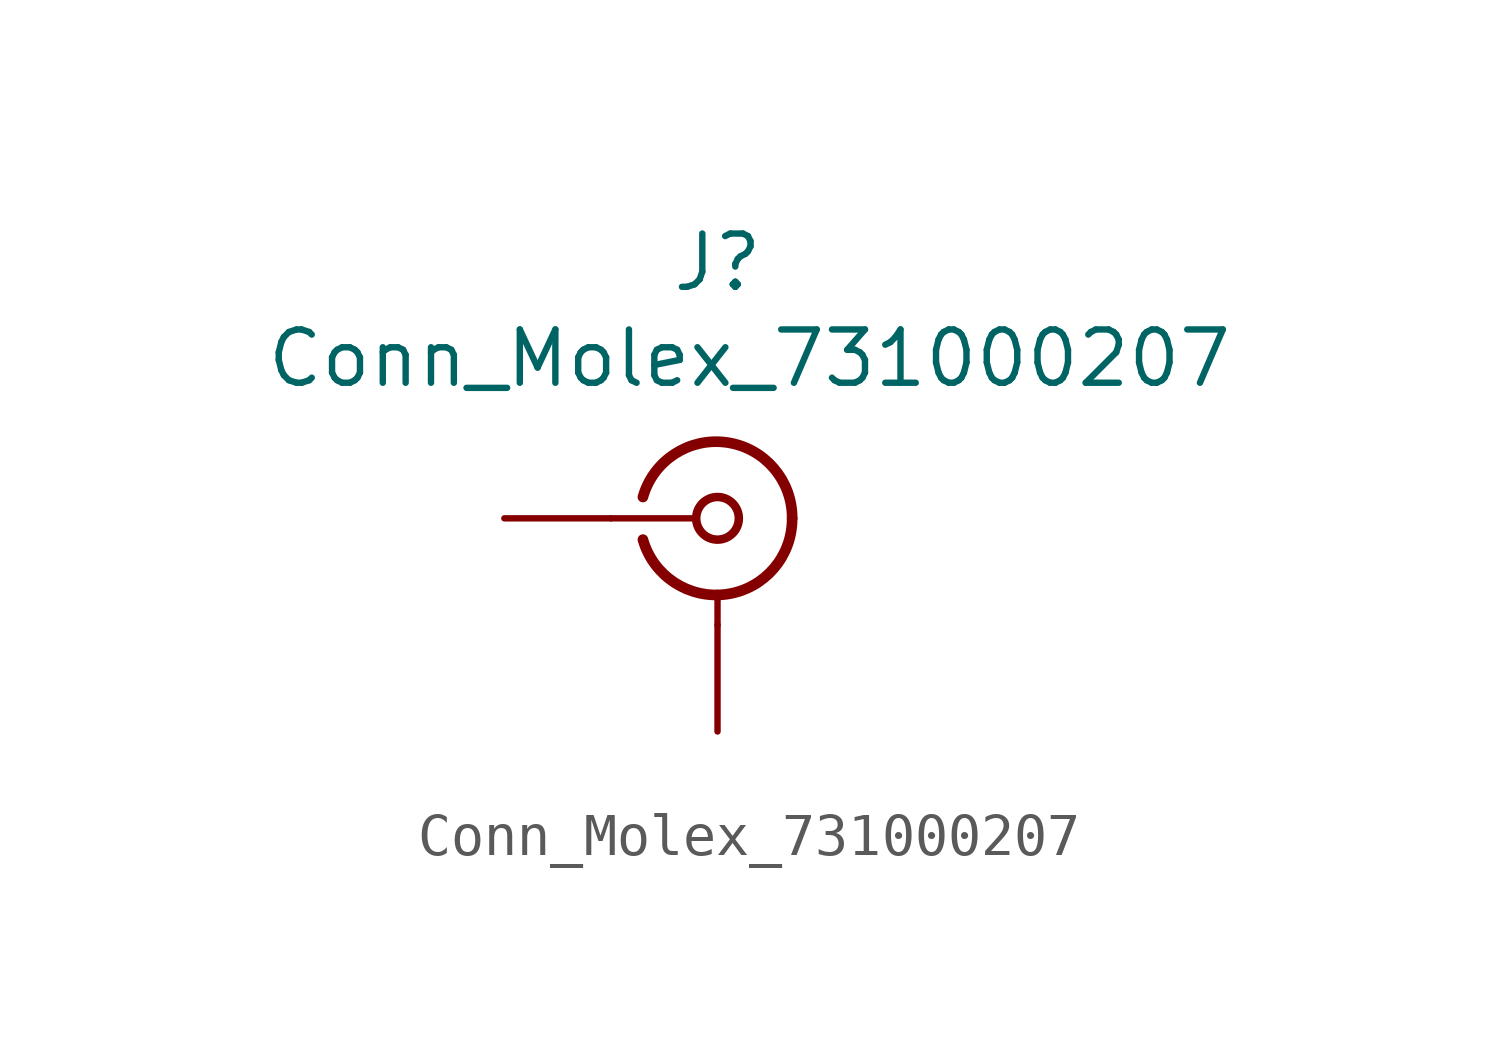
<source format=kicad_sym>
(kicad_symbol_lib
  (version 20211014)
  (generator kicad_symbol_editor)
  (symbol "Conn_Molex_731000207"
    (pin_numbers hide)
    (pin_names
      (offset 1.016) hide)
    (property "Reference" "J"
      (at 0 6.096 0)
      (effects (font (size 1.27 1.27))))
    (property "Value" "Conn_Molex_731000207"
      (at 0.762 3.81 0)
      (effects (font (size 1.27 1.27))))
    (symbol "Conn_Molex_731000207_1_1"
      (arc (start -1.778 -0.508) (mid 0.222 -1.808) (end 1.778 0) (stroke (width 0.254) (type default) (color 0 0 0 0)) (fill (type none)))
      (polyline (pts (xy -2.54 0) (xy -0.508 0)) (stroke (width 0) (type default) (color 0 0 0 0)) (fill (type none)))
      (polyline (pts (xy 0 -2.54) (xy 0 -1.778)) (stroke (width 0) (type default) (color 0 0 0 0)) (fill (type none)))
      (circle (center 0 0) (radius 0.508) (stroke (width 0.203) (type default) (color 0 0 0 0)) (fill (type none)))
      (arc (start 1.778 0) (mid 0.222 1.8083) (end -1.778 0.508) (stroke (width 0.254) (type default) (color 0 0 0 0)) (fill (type none)))
      (pin passive line (at -5.08 0 0) (length 2.54) (name "1" (effects (font (size 1.27 1.27)))) (number "1" (effects (font (size 1.27 1.27)))))
      (pin passive line (at 0 -5.08 90) (length 2.54) (name "2" (effects (font (size 1.27 1.27)))) (number "2" (effects (font (size 1.27 1.27))))))))
</source>
